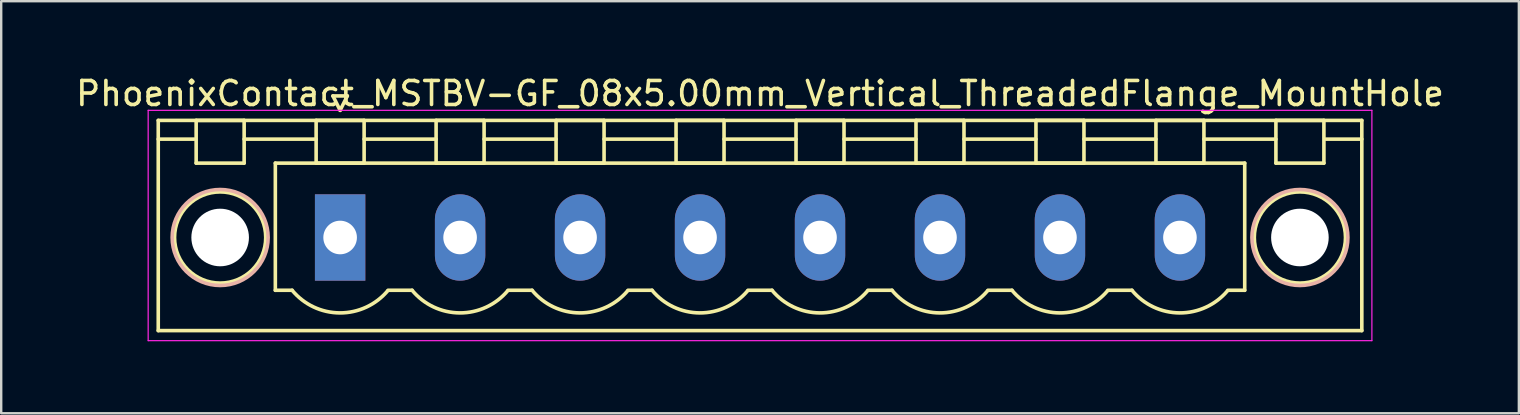
<source format=kicad_pcb>
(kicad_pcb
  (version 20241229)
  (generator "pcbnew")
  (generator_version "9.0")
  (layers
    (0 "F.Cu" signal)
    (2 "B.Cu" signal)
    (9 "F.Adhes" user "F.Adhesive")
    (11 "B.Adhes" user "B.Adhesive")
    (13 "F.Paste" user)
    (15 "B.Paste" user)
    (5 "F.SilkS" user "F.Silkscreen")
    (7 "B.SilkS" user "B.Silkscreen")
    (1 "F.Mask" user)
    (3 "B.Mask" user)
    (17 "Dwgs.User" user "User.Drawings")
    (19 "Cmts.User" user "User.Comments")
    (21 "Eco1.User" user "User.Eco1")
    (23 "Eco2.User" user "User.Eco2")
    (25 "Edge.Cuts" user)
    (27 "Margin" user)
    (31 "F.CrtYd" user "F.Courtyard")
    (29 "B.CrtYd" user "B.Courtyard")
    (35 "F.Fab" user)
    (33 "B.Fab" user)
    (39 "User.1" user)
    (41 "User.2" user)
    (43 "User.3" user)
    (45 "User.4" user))
  (footprint "PhoenixContact_MSTBV-GF_08x5.00mm_Vertical_ThreadedFlange_MountHole"
    (layer "F.Cu")
    (at 11.125 6.848)
    (property "Reference" "PhoenixContact_MSTBV-GF_08x5.00mm_Vertical_ThreadedFlange_MountHole" (at 17.5 -6 0) (layer "F.SilkS") (effects (font (size 1 1) (thickness 0.15))))
    (attr through_hole)
    (fp_line (start -7.58 -4.88) (end -7.58 3.88) (stroke (width 0.15) (type solid)) (layer "F.SilkS"))
    (fp_line (start -7.58 -4.1) (end -6.08 -4.1) (stroke (width 0.15) (type solid)) (layer "F.SilkS"))
    (fp_line (start -7.58 3.88) (end 42.58 3.88) (stroke (width 0.15) (type solid)) (layer "F.SilkS"))
    (fp_line (start -6 -4.88) (end -4 -4.88) (stroke (width 0.15) (type solid)) (layer "F.SilkS"))
    (fp_line (start -6 -3.1) (end -6 -4.88) (stroke (width 0.15) (type solid)) (layer "F.SilkS"))
    (fp_line (start -4 -4.88) (end -4 -3.1) (stroke (width 0.15) (type solid)) (layer "F.SilkS"))
    (fp_line (start -4 -4.1) (end -1 -4.1) (stroke (width 0.15) (type solid)) (layer "F.SilkS"))
    (fp_line (start -4 -3.1) (end -6 -3.1) (stroke (width 0.15) (type solid)) (layer "F.SilkS"))
    (fp_line (start -2.7 -3.1) (end 37.7 -3.1) (stroke (width 0.15) (type solid)) (layer "F.SilkS"))
    (fp_line (start -2.7 2.2) (end -2.7 -3.1) (stroke (width 0.15) (type solid)) (layer "F.SilkS"))
    (fp_line (start -2 2.2) (end -2.7 2.2) (stroke (width 0.15) (type solid)) (layer "F.SilkS"))
    (fp_line (start -1 -4.88) (end 1 -4.88) (stroke (width 0.15) (type solid)) (layer "F.SilkS"))
    (fp_line (start -1 -3.1) (end -1 -4.88) (stroke (width 0.15) (type solid)) (layer "F.SilkS"))
    (fp_line (start -0.3 -5.9) (end 0 -5.3) (stroke (width 0.15) (type solid)) (layer "F.SilkS"))
    (fp_line (start 0 -5.3) (end 0.3 -5.9) (stroke (width 0.15) (type solid)) (layer "F.SilkS"))
    (fp_line (start 0.3 -5.9) (end -0.3 -5.9) (stroke (width 0.15) (type solid)) (layer "F.SilkS"))
    (fp_line (start 1 -4.88) (end 1 -3.1) (stroke (width 0.15) (type solid)) (layer "F.SilkS"))
    (fp_line (start 1 -4.1) (end 4 -4.1) (stroke (width 0.15) (type solid)) (layer "F.SilkS"))
    (fp_line (start 1 -3.1) (end -1 -3.1) (stroke (width 0.15) (type solid)) (layer "F.SilkS"))
    (fp_line (start 2 2.2) (end 3 2.2) (stroke (width 0.15) (type solid)) (layer "F.SilkS"))
    (fp_line (start 4 -4.88) (end 6 -4.88) (stroke (width 0.15) (type solid)) (layer "F.SilkS"))
    (fp_line (start 4 -3.1) (end 4 -4.88) (stroke (width 0.15) (type solid)) (layer "F.SilkS"))
    (fp_line (start 6 -4.88) (end 6 -3.1) (stroke (width 0.15) (type solid)) (layer "F.SilkS"))
    (fp_line (start 6 -4.1) (end 9 -4.1) (stroke (width 0.15) (type solid)) (layer "F.SilkS"))
    (fp_line (start 6 -3.1) (end 4 -3.1) (stroke (width 0.15) (type solid)) (layer "F.SilkS"))
    (fp_line (start 7 2.2) (end 8 2.2) (stroke (width 0.15) (type solid)) (layer "F.SilkS"))
    (fp_line (start 9 -4.88) (end 11 -4.88) (stroke (width 0.15) (type solid)) (layer "F.SilkS"))
    (fp_line (start 9 -3.1) (end 9 -4.88) (stroke (width 0.15) (type solid)) (layer "F.SilkS"))
    (fp_line (start 11 -4.88) (end 11 -3.1) (stroke (width 0.15) (type solid)) (layer "F.SilkS"))
    (fp_line (start 11 -4.1) (end 14 -4.1) (stroke (width 0.15) (type solid)) (layer "F.SilkS"))
    (fp_line (start 11 -3.1) (end 9 -3.1) (stroke (width 0.15) (type solid)) (layer "F.SilkS"))
    (fp_line (start 12 2.2) (end 13 2.2) (stroke (width 0.15) (type solid)) (layer "F.SilkS"))
    (fp_line (start 14 -4.88) (end 16 -4.88) (stroke (width 0.15) (type solid)) (layer "F.SilkS"))
    (fp_line (start 14 -3.1) (end 14 -4.88) (stroke (width 0.15) (type solid)) (layer "F.SilkS"))
    (fp_line (start 16 -4.88) (end 16 -3.1) (stroke (width 0.15) (type solid)) (layer "F.SilkS"))
    (fp_line (start 16 -4.1) (end 19 -4.1) (stroke (width 0.15) (type solid)) (layer "F.SilkS"))
    (fp_line (start 16 -3.1) (end 14 -3.1) (stroke (width 0.15) (type solid)) (layer "F.SilkS"))
    (fp_line (start 17 2.2) (end 18 2.2) (stroke (width 0.15) (type solid)) (layer "F.SilkS"))
    (fp_line (start 19 -4.88) (end 21 -4.88) (stroke (width 0.15) (type solid)) (layer "F.SilkS"))
    (fp_line (start 19 -3.1) (end 19 -4.88) (stroke (width 0.15) (type solid)) (layer "F.SilkS"))
    (fp_line (start 21 -4.88) (end 21 -3.1) (stroke (width 0.15) (type solid)) (layer "F.SilkS"))
    (fp_line (start 21 -4.1) (end 24 -4.1) (stroke (width 0.15) (type solid)) (layer "F.SilkS"))
    (fp_line (start 21 -3.1) (end 19 -3.1) (stroke (width 0.15) (type solid)) (layer "F.SilkS"))
    (fp_line (start 22 2.2) (end 23 2.2) (stroke (width 0.15) (type solid)) (layer "F.SilkS"))
    (fp_line (start 24 -4.88) (end 26 -4.88) (stroke (width 0.15) (type solid)) (layer "F.SilkS"))
    (fp_line (start 24 -3.1) (end 24 -4.88) (stroke (width 0.15) (type solid)) (layer "F.SilkS"))
    (fp_line (start 26 -4.88) (end 26 -3.1) (stroke (width 0.15) (type solid)) (layer "F.SilkS"))
    (fp_line (start 26 -4.1) (end 29 -4.1) (stroke (width 0.15) (type solid)) (layer "F.SilkS"))
    (fp_line (start 26 -3.1) (end 24 -3.1) (stroke (width 0.15) (type solid)) (layer "F.SilkS"))
    (fp_line (start 27 2.2) (end 28 2.2) (stroke (width 0.15) (type solid)) (layer "F.SilkS"))
    (fp_line (start 29 -4.88) (end 31 -4.88) (stroke (width 0.15) (type solid)) (layer "F.SilkS"))
    (fp_line (start 29 -3.1) (end 29 -4.88) (stroke (width 0.15) (type solid)) (layer "F.SilkS"))
    (fp_line (start 31 -4.88) (end 31 -3.1) (stroke (width 0.15) (type solid)) (layer "F.SilkS"))
    (fp_line (start 31 -4.1) (end 34 -4.1) (stroke (width 0.15) (type solid)) (layer "F.SilkS"))
    (fp_line (start 31 -3.1) (end 29 -3.1) (stroke (width 0.15) (type solid)) (layer "F.SilkS"))
    (fp_line (start 32 2.2) (end 33 2.2) (stroke (width 0.15) (type solid)) (layer "F.SilkS"))
    (fp_line (start 34 -4.88) (end 36 -4.88) (stroke (width 0.15) (type solid)) (layer "F.SilkS"))
    (fp_line (start 34 -3.1) (end 34 -4.88) (stroke (width 0.15) (type solid)) (layer "F.SilkS"))
    (fp_line (start 36 -4.88) (end 36 -3.1) (stroke (width 0.15) (type solid)) (layer "F.SilkS"))
    (fp_line (start 36 -4.1) (end 39 -4.1) (stroke (width 0.15) (type solid)) (layer "F.SilkS"))
    (fp_line (start 36 -3.1) (end 34 -3.1) (stroke (width 0.15) (type solid)) (layer "F.SilkS"))
    (fp_line (start 37.7 -3.1) (end 37.7 2.2) (stroke (width 0.15) (type solid)) (layer "F.SilkS"))
    (fp_line (start 37.7 2.2) (end 37 2.2) (stroke (width 0.15) (type solid)) (layer "F.SilkS"))
    (fp_line (start 39 -4.88) (end 41 -4.88) (stroke (width 0.15) (type solid)) (layer "F.SilkS"))
    (fp_line (start 39 -3.1) (end 39 -4.88) (stroke (width 0.15) (type solid)) (layer "F.SilkS"))
    (fp_line (start 41 -4.88) (end 41 -3.1) (stroke (width 0.15) (type solid)) (layer "F.SilkS"))
    (fp_line (start 41 -3.1) (end 39 -3.1) (stroke (width 0.15) (type solid)) (layer "F.SilkS"))
    (fp_line (start 42.58 -4.88) (end -7.58 -4.88) (stroke (width 0.15) (type solid)) (layer "F.SilkS"))
    (fp_line (start 42.58 -4.1) (end 41.08 -4.1) (stroke (width 0.15) (type solid)) (layer "F.SilkS"))
    (fp_line (start 42.58 3.88) (end 42.58 -4.88) (stroke (width 0.15) (type solid)) (layer "F.SilkS"))
    (fp_arc (start 1.986842 2.215821) (mid -0.010289 3.142758) (end -2 2.2) (stroke (width 0.15) (type solid)) (layer "F.SilkS"))
    (fp_arc (start 6.986842 2.215821) (mid 4.989711 3.142758) (end 3 2.2) (stroke (width 0.15) (type solid)) (layer "F.SilkS"))
    (fp_arc (start 11.986842 2.215821) (mid 9.989711 3.142758) (end 8 2.2) (stroke (width 0.15) (type solid)) (layer "F.SilkS"))
    (fp_arc (start 16.986842 2.215821) (mid 14.989711 3.142758) (end 13 2.2) (stroke (width 0.15) (type solid)) (layer "F.SilkS"))
    (fp_arc (start 21.986842 2.215821) (mid 19.989711 3.142758) (end 18 2.2) (stroke (width 0.15) (type solid)) (layer "F.SilkS"))
    (fp_arc (start 26.986842 2.215821) (mid 24.989711 3.142758) (end 23 2.2) (stroke (width 0.15) (type solid)) (layer "F.SilkS"))
    (fp_arc (start 31.986842 2.215821) (mid 29.989711 3.142758) (end 28 2.2) (stroke (width 0.15) (type solid)) (layer "F.SilkS"))
    (fp_arc (start 36.986842 2.215821) (mid 34.989711 3.142758) (end 33 2.2) (stroke (width 0.15) (type solid)) (layer "F.SilkS"))
    (fp_circle (center -5 0) (end -3.1 0) (stroke (width 0.15) (type solid)) (fill no) (layer "F.SilkS"))
    (fp_circle (center 40 0) (end 41.9 0) (stroke (width 0.15) (type solid)) (fill no) (layer "F.SilkS"))
    (fp_circle (center -5 0) (end -3 0) (stroke (width 0.15) (type solid)) (fill no) (layer "B.SilkS"))
    (fp_circle (center 40 0) (end 42 0) (stroke (width 0.15) (type solid)) (fill no) (layer "B.SilkS"))
    (fp_line (start -8 -5.3) (end -8 4.3) (stroke (width 0.05) (type solid)) (layer "F.CrtYd"))
    (fp_line (start -8 4.3) (end 43 4.3) (stroke (width 0.05) (type solid)) (layer "F.CrtYd"))
    (fp_line (start 43 -5.3) (end -8 -5.3) (stroke (width 0.05) (type solid)) (layer "F.CrtYd"))
    (fp_line (start 43 4.3) (end 43 -5.3) (stroke (width 0.05) (type solid)) (layer "F.CrtYd"))
    (pad "" np_thru_hole circle (at -5 0) (size 2.4 2.4) (drill 2.4) (layers "*.Cu" "*.Mask"))
    (pad "" np_thru_hole circle (at 40 0) (size 2.4 2.4) (drill 2.4) (layers "*.Cu" "*.Mask"))
    (pad "1" thru_hole rect (at 0 0) (size 2.1 3.6) (drill 1.4) (layers "*.Cu" "*.Mask"))
    (pad "2" thru_hole oval (at 5 0) (size 2.1 3.6) (drill 1.4) (layers "*.Cu" "*.Mask"))
    (pad "3" thru_hole oval (at 10 0) (size 2.1 3.6) (drill 1.4) (layers "*.Cu" "*.Mask"))
    (pad "4" thru_hole oval (at 15 0) (size 2.1 3.6) (drill 1.4) (layers "*.Cu" "*.Mask"))
    (pad "5" thru_hole oval (at 20 0) (size 2.1 3.6) (drill 1.4) (layers "*.Cu" "*.Mask"))
    (pad "6" thru_hole oval (at 25 0) (size 2.1 3.6) (drill 1.4) (layers "*.Cu" "*.Mask"))
    (pad "7" thru_hole oval (at 30 0) (size 2.1 3.6) (drill 1.4) (layers "*.Cu" "*.Mask"))
    (pad "8" thru_hole oval (at 35 0) (size 2.1 3.6) (drill 1.4) (layers "*.Cu" "*.Mask")))
  (gr_rect
    (start -3 -3)
    (end 60.25 14.173)
    (stroke (width 0.1) (type default))
    (fill no)
    (layer "Edge.Cuts")))
</source>
